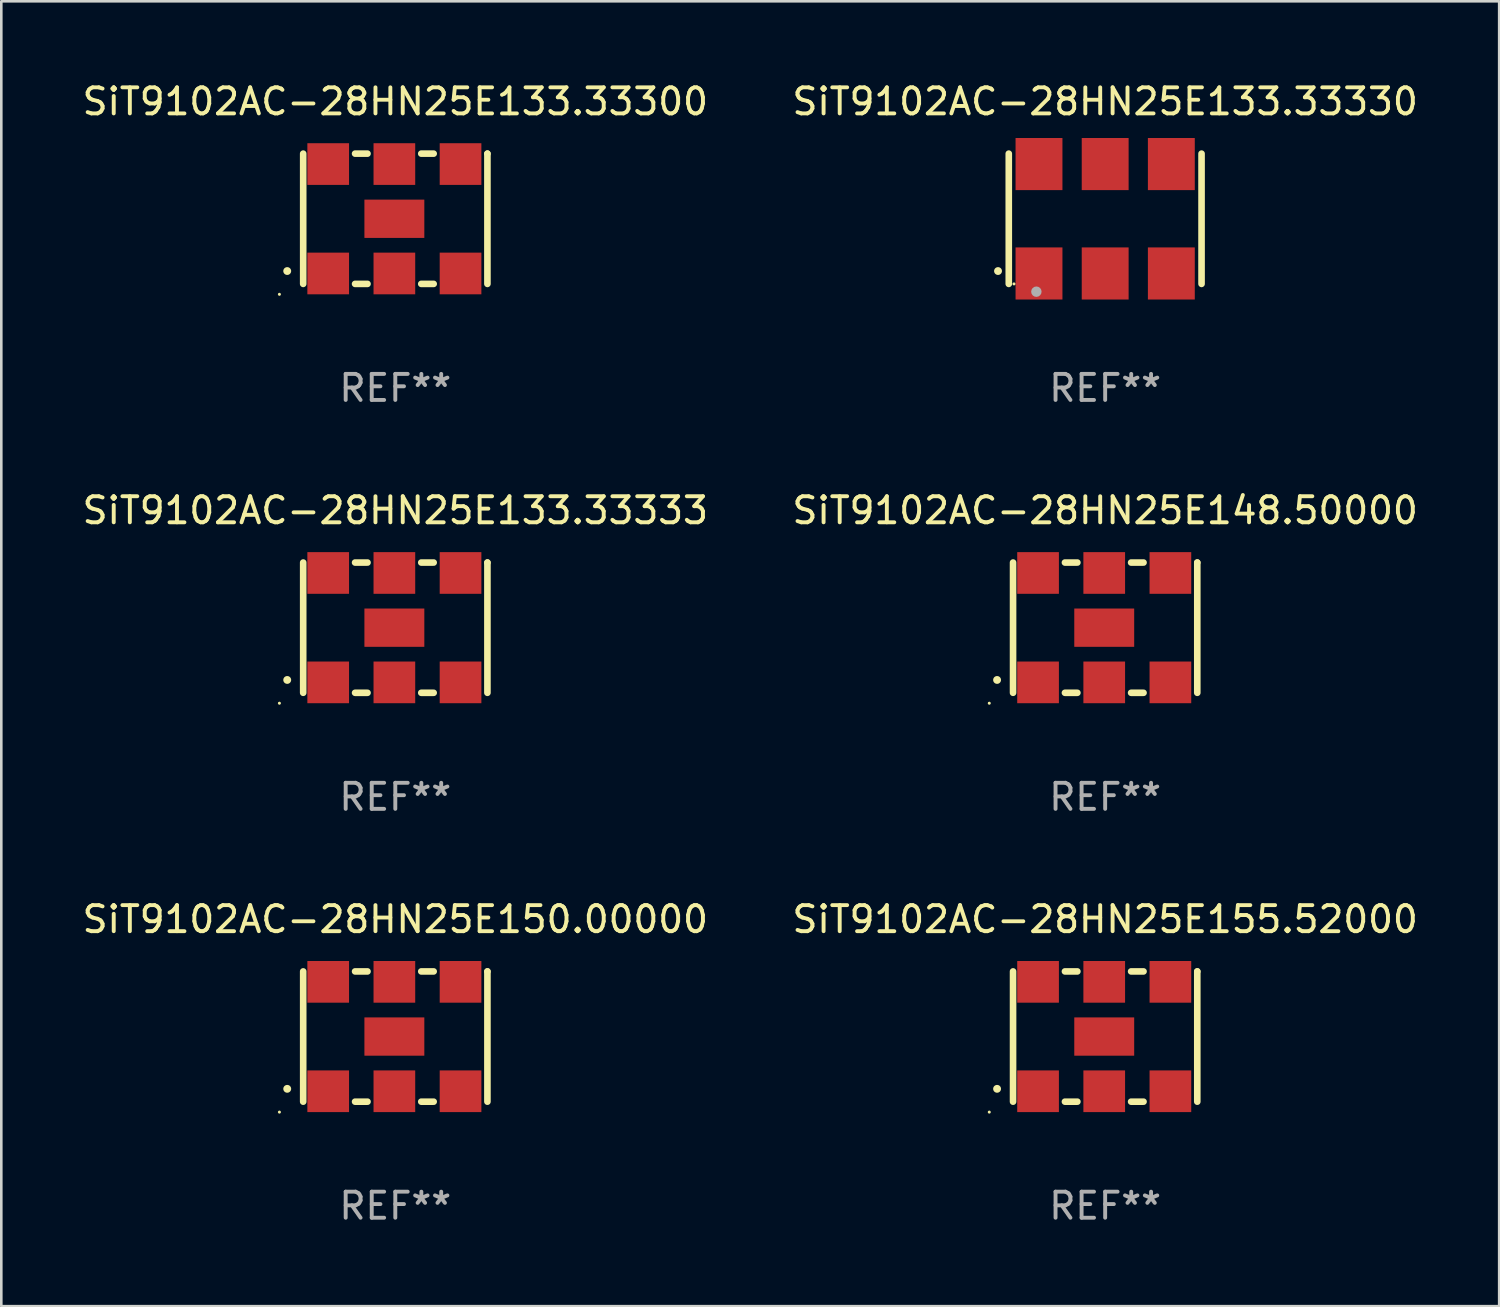
<source format=kicad_pcb>
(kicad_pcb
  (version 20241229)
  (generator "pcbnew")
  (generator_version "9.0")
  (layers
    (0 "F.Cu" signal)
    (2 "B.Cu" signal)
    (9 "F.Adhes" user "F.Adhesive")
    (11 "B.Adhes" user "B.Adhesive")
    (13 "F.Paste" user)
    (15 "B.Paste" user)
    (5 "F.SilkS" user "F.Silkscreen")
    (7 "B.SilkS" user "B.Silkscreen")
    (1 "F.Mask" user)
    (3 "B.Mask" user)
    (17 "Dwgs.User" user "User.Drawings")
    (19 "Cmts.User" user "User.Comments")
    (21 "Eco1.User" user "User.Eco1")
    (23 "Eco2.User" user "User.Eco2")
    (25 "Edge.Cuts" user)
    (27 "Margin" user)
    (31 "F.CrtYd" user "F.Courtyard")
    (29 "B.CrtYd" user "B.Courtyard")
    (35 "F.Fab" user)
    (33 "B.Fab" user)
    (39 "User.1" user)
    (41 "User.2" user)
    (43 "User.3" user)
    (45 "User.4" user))
  (footprint "SiT9102AC-28HN25E133.33330"
    (layer "F.Cu")
    (at 39.375 5.348)
    (property "Reference" "SiT9102AC-28HN25E133.33330" (at 0 -4.5 0) (layer "F.SilkS") (effects (font (size 1 1) (thickness 0.15))))
    (attr through_hole)
    (fp_line (start -3.7 -2.5) (end -3.7 2.5) (stroke (width 0.254) (type solid)) (layer "F.SilkS"))
    (fp_line (start 3.7 -2.5) (end 3.7 2.5) (stroke (width 0.254) (type solid)) (layer "F.SilkS"))
    (fp_arc (start -4.114415 2.006604) (mid -4.113145 2.006599) (end -4.111875 2.006604) (stroke (width 0.3) (type solid)) (layer "F.SilkS"))
    (fp_circle (center -3.5 2.501) (end -3.47 2.501) (stroke (width 0.06) (type solid)) (fill no) (layer "F.SilkS"))
    (fp_circle (center -2.641 2.799) (end -2.541 2.799) (stroke (width 0.2) (type solid)) (fill no) (layer "F.Fab"))
    (fp_text user "REF**" (at 0 6.5 0) (layer "F.Fab") (effects (font (size 1 1) (thickness 0.15))))
    (pad "1" smd rect (at -2.54 2.1) (size 1.8 2) (layers "F.Cu" "F.Mask" "F.Paste"))
    (pad "2" smd rect (at 0.000394 2.1) (size 1.8 2) (layers "F.Cu" "F.Mask" "F.Paste"))
    (pad "3" smd rect (at 2.54 2.1) (size 1.8 2) (layers "F.Cu" "F.Mask" "F.Paste"))
    (pad "4" smd rect (at 2.54 -2.1) (size 1.8 2) (layers "F.Cu" "F.Mask" "F.Paste"))
    (pad "5" smd rect (at 0.000394 -2.1) (size 1.8 2) (layers "F.Cu" "F.Mask" "F.Paste"))
    (pad "6" smd rect (at -2.54 -2.1) (size 1.8 2) (layers "F.Cu" "F.Mask" "F.Paste")))
  (footprint "SiT9102AC-28HN25E133.33333"
    (layer "F.Cu")
    (at 12.125 21.045)
    (property "Reference" "SiT9102AC-28HN25E133.33333" (at 0 -4.5 0) (layer "F.SilkS") (effects (font (size 1 1) (thickness 0.15))))
    (attr through_hole)
    (fp_line (start -3.536 -2.5) (end -3.536 2.5) (stroke (width 0.254) (type solid)) (layer "F.SilkS"))
    (fp_line (start -1.544 2.5) (end -1.067 2.5) (stroke (width 0.254) (type solid)) (layer "F.SilkS"))
    (fp_line (start -1.067 -2.5) (end -1.544 -2.5) (stroke (width 0.254) (type solid)) (layer "F.SilkS"))
    (fp_line (start 0.996 2.5) (end 1.473 2.5) (stroke (width 0.254) (type solid)) (layer "F.SilkS"))
    (fp_line (start 1.473 -2.5) (end 0.996 -2.5) (stroke (width 0.254) (type solid)) (layer "F.SilkS"))
    (fp_line (start 3.536 -2.5) (end 3.536 -2.5) (stroke (width 0.254) (type solid)) (layer "F.SilkS"))
    (fp_line (start 3.536 2.5) (end 3.536 -2.5) (stroke (width 0.254) (type solid)) (layer "F.SilkS"))
    (fp_arc (start -4.150432 2.006604) (mid -4.149162 2.006599) (end -4.147892 2.006604) (stroke (width 0.3) (type solid)) (layer "F.SilkS"))
    (fp_circle (center -4.449 2.9) (end -4.419 2.9) (stroke (width 0.06) (type solid)) (fill no) (layer "F.SilkS"))
    (fp_text user "REF**" (at 0 6.5 0) (layer "F.Fab") (effects (font (size 1 1) (thickness 0.15))))
    (pad "1" smd rect (at -2.576 2.1) (size 1.6 1.6) (layers "F.Cu" "F.Mask" "F.Paste"))
    (pad "2" smd rect (at -0.036 2.1) (size 1.6 1.6) (layers "F.Cu" "F.Mask" "F.Paste"))
    (pad "3" smd rect (at 2.504 2.1) (size 1.6 1.6) (layers "F.Cu" "F.Mask" "F.Paste"))
    (pad "4" smd rect (at 2.504 -2.1) (size 1.6 1.6) (layers "F.Cu" "F.Mask" "F.Paste"))
    (pad "5" smd rect (at -0.036 -2.1) (size 1.6 1.6) (layers "F.Cu" "F.Mask" "F.Paste"))
    (pad "6" smd rect (at -2.576 -2.1) (size 1.6 1.6) (layers "F.Cu" "F.Mask" "F.Paste"))
    (pad "7" smd rect (at -0.036 0) (size 2.3 1.47) (layers "F.Cu" "F.Mask" "F.Paste")))
  (footprint "SiT9102AC-28HN25E148.50000"
    (layer "F.Cu")
    (at 39.375 21.045)
    (property "Reference" "SiT9102AC-28HN25E148.50000" (at 0 -4.5 0) (layer "F.SilkS") (effects (font (size 1 1) (thickness 0.15))))
    (attr through_hole)
    (fp_line (start -3.536 -2.5) (end -3.536 2.5) (stroke (width 0.254) (type solid)) (layer "F.SilkS"))
    (fp_line (start -1.544 2.5) (end -1.067 2.5) (stroke (width 0.254) (type solid)) (layer "F.SilkS"))
    (fp_line (start -1.067 -2.5) (end -1.544 -2.5) (stroke (width 0.254) (type solid)) (layer "F.SilkS"))
    (fp_line (start 0.996 2.5) (end 1.473 2.5) (stroke (width 0.254) (type solid)) (layer "F.SilkS"))
    (fp_line (start 1.473 -2.5) (end 0.996 -2.5) (stroke (width 0.254) (type solid)) (layer "F.SilkS"))
    (fp_line (start 3.536 -2.5) (end 3.536 -2.5) (stroke (width 0.254) (type solid)) (layer "F.SilkS"))
    (fp_line (start 3.536 2.5) (end 3.536 -2.5) (stroke (width 0.254) (type solid)) (layer "F.SilkS"))
    (fp_arc (start -4.150432 2.006604) (mid -4.149162 2.006599) (end -4.147892 2.006604) (stroke (width 0.3) (type solid)) (layer "F.SilkS"))
    (fp_circle (center -4.449 2.9) (end -4.419 2.9) (stroke (width 0.06) (type solid)) (fill no) (layer "F.SilkS"))
    (fp_text user "REF**" (at 0 6.5 0) (layer "F.Fab") (effects (font (size 1 1) (thickness 0.15))))
    (pad "1" smd rect (at -2.576 2.1) (size 1.6 1.6) (layers "F.Cu" "F.Mask" "F.Paste"))
    (pad "2" smd rect (at -0.036 2.1) (size 1.6 1.6) (layers "F.Cu" "F.Mask" "F.Paste"))
    (pad "3" smd rect (at 2.504 2.1) (size 1.6 1.6) (layers "F.Cu" "F.Mask" "F.Paste"))
    (pad "4" smd rect (at 2.504 -2.1) (size 1.6 1.6) (layers "F.Cu" "F.Mask" "F.Paste"))
    (pad "5" smd rect (at -0.036 -2.1) (size 1.6 1.6) (layers "F.Cu" "F.Mask" "F.Paste"))
    (pad "6" smd rect (at -2.576 -2.1) (size 1.6 1.6) (layers "F.Cu" "F.Mask" "F.Paste"))
    (pad "7" smd rect (at -0.036 0) (size 2.3 1.47) (layers "F.Cu" "F.Mask" "F.Paste")))
  (footprint "SiT9102AC-28HN25E150.00000"
    (layer "F.Cu")
    (at 12.125 36.741)
    (property "Reference" "SiT9102AC-28HN25E150.00000" (at 0 -4.5 0) (layer "F.SilkS") (effects (font (size 1 1) (thickness 0.15))))
    (attr through_hole)
    (fp_line (start -3.536 -2.5) (end -3.536 2.5) (stroke (width 0.254) (type solid)) (layer "F.SilkS"))
    (fp_line (start -1.544 2.5) (end -1.067 2.5) (stroke (width 0.254) (type solid)) (layer "F.SilkS"))
    (fp_line (start -1.067 -2.5) (end -1.544 -2.5) (stroke (width 0.254) (type solid)) (layer "F.SilkS"))
    (fp_line (start 0.996 2.5) (end 1.473 2.5) (stroke (width 0.254) (type solid)) (layer "F.SilkS"))
    (fp_line (start 1.473 -2.5) (end 0.996 -2.5) (stroke (width 0.254) (type solid)) (layer "F.SilkS"))
    (fp_line (start 3.536 -2.5) (end 3.536 -2.5) (stroke (width 0.254) (type solid)) (layer "F.SilkS"))
    (fp_line (start 3.536 2.5) (end 3.536 -2.5) (stroke (width 0.254) (type solid)) (layer "F.SilkS"))
    (fp_arc (start -4.150432 2.006604) (mid -4.149162 2.006599) (end -4.147892 2.006604) (stroke (width 0.3) (type solid)) (layer "F.SilkS"))
    (fp_circle (center -4.449 2.9) (end -4.419 2.9) (stroke (width 0.06) (type solid)) (fill no) (layer "F.SilkS"))
    (fp_text user "REF**" (at 0 6.5 0) (layer "F.Fab") (effects (font (size 1 1) (thickness 0.15))))
    (pad "1" smd rect (at -2.576 2.1) (size 1.6 1.6) (layers "F.Cu" "F.Mask" "F.Paste"))
    (pad "2" smd rect (at -0.036 2.1) (size 1.6 1.6) (layers "F.Cu" "F.Mask" "F.Paste"))
    (pad "3" smd rect (at 2.504 2.1) (size 1.6 1.6) (layers "F.Cu" "F.Mask" "F.Paste"))
    (pad "4" smd rect (at 2.504 -2.1) (size 1.6 1.6) (layers "F.Cu" "F.Mask" "F.Paste"))
    (pad "5" smd rect (at -0.036 -2.1) (size 1.6 1.6) (layers "F.Cu" "F.Mask" "F.Paste"))
    (pad "6" smd rect (at -2.576 -2.1) (size 1.6 1.6) (layers "F.Cu" "F.Mask" "F.Paste"))
    (pad "7" smd rect (at -0.036 0) (size 2.3 1.47) (layers "F.Cu" "F.Mask" "F.Paste")))
  (footprint "SiT9102AC-28HN25E155.52000"
    (layer "F.Cu")
    (at 39.375 36.741)
    (property "Reference" "SiT9102AC-28HN25E155.52000" (at 0 -4.5 0) (layer "F.SilkS") (effects (font (size 1 1) (thickness 0.15))))
    (attr through_hole)
    (fp_line (start -3.536 -2.5) (end -3.536 2.5) (stroke (width 0.254) (type solid)) (layer "F.SilkS"))
    (fp_line (start -1.544 2.5) (end -1.067 2.5) (stroke (width 0.254) (type solid)) (layer "F.SilkS"))
    (fp_line (start -1.067 -2.5) (end -1.544 -2.5) (stroke (width 0.254) (type solid)) (layer "F.SilkS"))
    (fp_line (start 0.996 2.5) (end 1.473 2.5) (stroke (width 0.254) (type solid)) (layer "F.SilkS"))
    (fp_line (start 1.473 -2.5) (end 0.996 -2.5) (stroke (width 0.254) (type solid)) (layer "F.SilkS"))
    (fp_line (start 3.536 -2.5) (end 3.536 -2.5) (stroke (width 0.254) (type solid)) (layer "F.SilkS"))
    (fp_line (start 3.536 2.5) (end 3.536 -2.5) (stroke (width 0.254) (type solid)) (layer "F.SilkS"))
    (fp_arc (start -4.150432 2.006604) (mid -4.149162 2.006599) (end -4.147892 2.006604) (stroke (width 0.3) (type solid)) (layer "F.SilkS"))
    (fp_circle (center -4.449 2.9) (end -4.419 2.9) (stroke (width 0.06) (type solid)) (fill no) (layer "F.SilkS"))
    (fp_text user "REF**" (at 0 6.5 0) (layer "F.Fab") (effects (font (size 1 1) (thickness 0.15))))
    (pad "1" smd rect (at -2.576 2.1) (size 1.6 1.6) (layers "F.Cu" "F.Mask" "F.Paste"))
    (pad "2" smd rect (at -0.036 2.1) (size 1.6 1.6) (layers "F.Cu" "F.Mask" "F.Paste"))
    (pad "3" smd rect (at 2.504 2.1) (size 1.6 1.6) (layers "F.Cu" "F.Mask" "F.Paste"))
    (pad "4" smd rect (at 2.504 -2.1) (size 1.6 1.6) (layers "F.Cu" "F.Mask" "F.Paste"))
    (pad "5" smd rect (at -0.036 -2.1) (size 1.6 1.6) (layers "F.Cu" "F.Mask" "F.Paste"))
    (pad "6" smd rect (at -2.576 -2.1) (size 1.6 1.6) (layers "F.Cu" "F.Mask" "F.Paste"))
    (pad "7" smd rect (at -0.036 0) (size 2.3 1.47) (layers "F.Cu" "F.Mask" "F.Paste")))
  (footprint "SiT9102AC-28HN25E133.33300"
    (layer "F.Cu")
    (at 12.125 5.348)
    (property "Reference" "SiT9102AC-28HN25E133.33300" (at 0 -4.5 0) (layer "F.SilkS") (effects (font (size 1 1) (thickness 0.15))))
    (attr through_hole)
    (fp_line (start -3.536 -2.5) (end -3.536 2.5) (stroke (width 0.254) (type solid)) (layer "F.SilkS"))
    (fp_line (start -1.544 2.5) (end -1.067 2.5) (stroke (width 0.254) (type solid)) (layer "F.SilkS"))
    (fp_line (start -1.067 -2.5) (end -1.544 -2.5) (stroke (width 0.254) (type solid)) (layer "F.SilkS"))
    (fp_line (start 0.996 2.5) (end 1.473 2.5) (stroke (width 0.254) (type solid)) (layer "F.SilkS"))
    (fp_line (start 1.473 -2.5) (end 0.996 -2.5) (stroke (width 0.254) (type solid)) (layer "F.SilkS"))
    (fp_line (start 3.536 -2.5) (end 3.536 -2.5) (stroke (width 0.254) (type solid)) (layer "F.SilkS"))
    (fp_line (start 3.536 2.5) (end 3.536 -2.5) (stroke (width 0.254) (type solid)) (layer "F.SilkS"))
    (fp_arc (start -4.150432 2.006604) (mid -4.149162 2.006599) (end -4.147892 2.006604) (stroke (width 0.3) (type solid)) (layer "F.SilkS"))
    (fp_circle (center -4.449 2.9) (end -4.419 2.9) (stroke (width 0.06) (type solid)) (fill no) (layer "F.SilkS"))
    (fp_text user "REF**" (at 0 6.5 0) (layer "F.Fab") (effects (font (size 1 1) (thickness 0.15))))
    (pad "1" smd rect (at -2.576 2.1) (size 1.6 1.6) (layers "F.Cu" "F.Mask" "F.Paste"))
    (pad "2" smd rect (at -0.036 2.1) (size 1.6 1.6) (layers "F.Cu" "F.Mask" "F.Paste"))
    (pad "3" smd rect (at 2.504 2.1) (size 1.6 1.6) (layers "F.Cu" "F.Mask" "F.Paste"))
    (pad "4" smd rect (at 2.504 -2.1) (size 1.6 1.6) (layers "F.Cu" "F.Mask" "F.Paste"))
    (pad "5" smd rect (at -0.036 -2.1) (size 1.6 1.6) (layers "F.Cu" "F.Mask" "F.Paste"))
    (pad "6" smd rect (at -2.576 -2.1) (size 1.6 1.6) (layers "F.Cu" "F.Mask" "F.Paste"))
    (pad "7" smd rect (at -0.036 0) (size 2.3 1.47) (layers "F.Cu" "F.Mask" "F.Paste")))
  (gr_rect
    (start -3 -3)
    (end 54.5 47.09)
    (stroke (width 0.1) (type default))
    (fill no)
    (layer "Edge.Cuts")))
</source>
